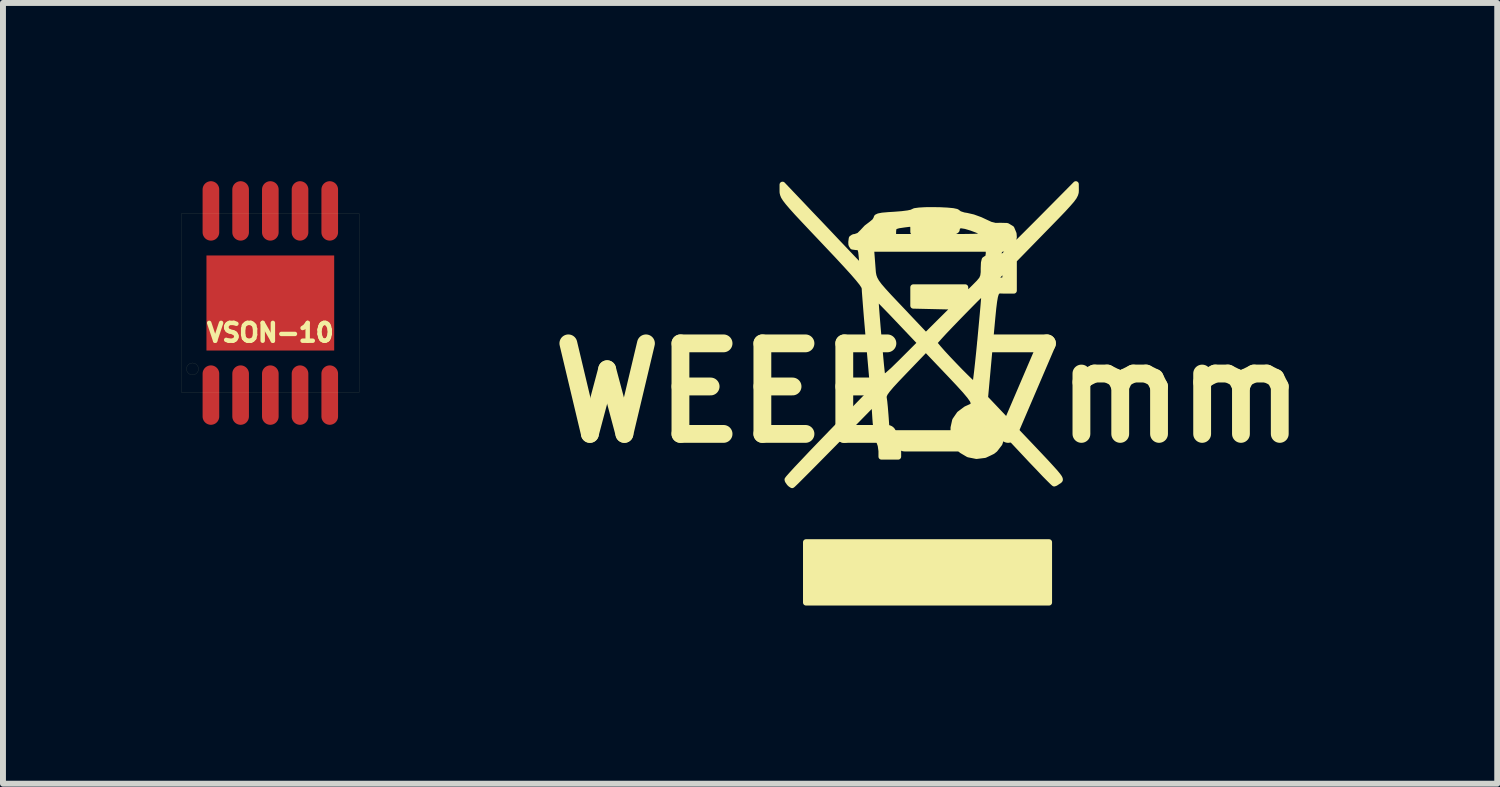
<source format=kicad_pcb>
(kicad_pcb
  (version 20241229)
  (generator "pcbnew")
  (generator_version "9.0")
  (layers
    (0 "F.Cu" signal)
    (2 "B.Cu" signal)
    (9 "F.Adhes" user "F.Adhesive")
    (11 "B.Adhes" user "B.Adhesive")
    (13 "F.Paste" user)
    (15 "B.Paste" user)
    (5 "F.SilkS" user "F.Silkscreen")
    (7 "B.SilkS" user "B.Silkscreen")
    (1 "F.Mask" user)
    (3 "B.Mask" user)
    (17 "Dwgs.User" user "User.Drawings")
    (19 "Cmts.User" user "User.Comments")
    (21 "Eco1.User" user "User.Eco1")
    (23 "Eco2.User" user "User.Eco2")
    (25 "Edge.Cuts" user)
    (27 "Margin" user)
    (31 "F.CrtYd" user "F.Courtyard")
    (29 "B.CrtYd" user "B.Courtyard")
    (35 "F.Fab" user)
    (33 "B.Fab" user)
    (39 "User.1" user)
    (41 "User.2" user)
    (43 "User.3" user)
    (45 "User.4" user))
  (footprint "VSON-10"
    (layer "F.Cu")
    (at 1.5 2.05)
    (property "Reference" "VSON-10" (at 0 0.5 0) (layer "F.SilkS") (effects (font (size 0.3 0.3) (thickness 0.075))))
    (attr through_hole)
    (fp_line (start -1.5 -1.5) (end 1.5 -1.5) (stroke (width 0.001) (type solid)) (layer "F.SilkS"))
    (fp_line (start -1.5 1.5) (end -1.5 -1.5) (stroke (width 0.001) (type solid)) (layer "F.SilkS"))
    (fp_line (start 1.5 -1.5) (end 1.5 1.5) (stroke (width 0.001) (type solid)) (layer "F.SilkS"))
    (fp_line (start 1.5 1.5) (end -1.5 1.5) (stroke (width 0.001) (type solid)) (layer "F.SilkS"))
    (fp_circle (center -1.31 1.11) (end -1.21 1.12) (stroke (width 0.001) (type solid)) (fill no) (layer "F.SilkS"))
    (pad "1" smd oval (at -1 1.55) (size 0.28 1) (layers "F.Cu" "F.Mask" "F.Paste"))
    (pad "2" smd oval (at -0.5 1.55) (size 0.28 1) (layers "F.Cu" "F.Mask" "F.Paste"))
    (pad "3" smd oval (at 0 1.55) (size 0.28 1) (layers "F.Cu" "F.Mask" "F.Paste"))
    (pad "4" smd oval (at 0.5 1.55) (size 0.28 1) (layers "F.Cu" "F.Mask" "F.Paste"))
    (pad "5" smd oval (at 1 1.55) (size 0.28 1) (layers "F.Cu" "F.Mask" "F.Paste"))
    (pad "6" smd oval (at 1 -1.55) (size 0.28 1) (layers "F.Cu" "F.Mask" "F.Paste"))
    (pad "7" smd oval (at 0.5 -1.55) (size 0.28 1) (layers "F.Cu" "F.Mask" "F.Paste"))
    (pad "8" smd oval (at 0 -1.55) (size 0.28 1) (layers "F.Cu" "F.Mask" "F.Paste"))
    (pad "9" smd oval (at -0.5 -1.55) (size 0.28 1) (layers "F.Cu" "F.Mask" "F.Paste"))
    (pad "10" smd oval (at -1 -1.55) (size 0.28 1) (layers "F.Cu" "F.Mask" "F.Paste"))
    (pad "EP" smd rect (at 0 0) (size 2.15 1.6) (layers "F.Cu" "F.Mask" "F.Paste")))
  (footprint "WEEE_7mm"
    (layer "F.Cu")
    (at 12.576 3.564)
    (property "Reference" "WEEE_7mm" (at 0 0 0) (layer "F.SilkS") (effects (font (size 1.524 1.524) (thickness 0.3))))
    (attr through_hole)
    (fp_poly (pts (xy 2.032 3.528) (xy -0.014 3.528) (xy -2.06 3.528) (xy -2.06 3.02) (xy -2.06 2.512) (xy -0.014 2.512) (xy 2.032 2.512) (xy 2.032 3.02) (xy 2.032 3.528)) (stroke (width 0.1) (type solid)) (fill yes) (layer "F.SilkS"))
    (fp_poly (pts (xy 0.978 0.613) (xy 0.977 0.691) (xy 0.936 0.755) (xy 0.86 0.788) (xy 0.833 0.79) (xy 0.76 0.772) (xy 0.722 0.746) (xy 0.682 0.672) (xy 0.688 0.59) (xy 0.739 0.524) (xy 0.74 0.524) (xy 0.816 0.485) (xy 0.878 0.494) (xy 0.931 0.536) (xy 0.978 0.613)) (stroke (width 0.1) (type solid)) (fill yes) (layer "F.SilkS"))
    (fp_poly (pts (xy 2.483 -3.41) (xy 2.481 -3.376) (xy 2.471 -3.342) (xy 2.45 -3.301) (xy 2.412 -3.249) (xy 2.353 -3.181) (xy 2.269 -3.089) (xy 2.155 -2.97) (xy 2.007 -2.818) (xy 1.961 -2.771) (xy 1.439 -2.236) (xy 1.439 -1.979) (xy 1.439 -1.722) (xy 1.298 -1.722) (xy 1.298 -1.995) (xy 1.298 -2.099) (xy 1.214 -2.018) (xy 1.161 -1.962) (xy 1.131 -1.921) (xy 1.129 -1.914) (xy 1.153 -1.898) (xy 1.213 -1.891) (xy 1.214 -1.891) (xy 1.269 -1.896) (xy 1.293 -1.922) (xy 1.298 -1.987) (xy 1.298 -1.995) (xy 1.298 -1.722) (xy 1.285 -1.722) (xy 1.241 -1.723) (xy 1.206 -1.725) (xy 1.177 -1.72) (xy 1.155 -1.705) (xy 1.136 -1.674) (xy 1.121 -1.621) (xy 1.107 -1.54) (xy 1.093 -1.428) (xy 1.078 -1.277) (xy 1.06 -1.083) (xy 1.038 -0.841) (xy 1.028 -0.726) (xy 1.016 -0.594) (xy 1.016 -2.342) (xy 1.016 -2.427) (xy 0.965 -2.427) (xy 0.965 -2.654) (xy 0.96 -2.666) (xy 0.911 -2.702) (xy 0.825 -2.743) (xy 0.724 -2.781) (xy 0.626 -2.81) (xy 0.551 -2.822) (xy 0.549 -2.822) (xy 0.494 -2.809) (xy 0.48 -2.766) (xy 0.477 -2.743) (xy 0.461 -2.727) (xy 0.425 -2.717) (xy 0.358 -2.712) (xy 0.252 -2.71) (xy 0.24 -2.71) (xy 0.24 -2.893) (xy 0.234 -2.897) (xy 0.219 -2.899) (xy 0.113 -2.904) (xy 0.007 -2.899) (xy -0.018 -2.894) (xy 0.008 -2.89) (xy 0.078 -2.888) (xy 0.113 -2.888) (xy 0.198 -2.889) (xy 0.24 -2.893) (xy 0.24 -2.71) (xy 0.113 -2.709) (xy -0.254 -2.709) (xy -0.254 -2.783) (xy -0.257 -2.825) (xy -0.275 -2.844) (xy -0.321 -2.846) (xy -0.402 -2.836) (xy -0.503 -2.821) (xy -0.56 -2.804) (xy -0.585 -2.778) (xy -0.592 -2.734) (xy -0.593 -2.708) (xy -0.593 -2.625) (xy 0.201 -2.625) (xy 0.435 -2.625) (xy 0.618 -2.626) (xy 0.755 -2.628) (xy 0.853 -2.632) (xy 0.917 -2.637) (xy 0.952 -2.644) (xy 0.965 -2.654) (xy 0.965 -2.427) (xy 0.026 -2.427) (xy -0.875 -2.427) (xy -0.875 -2.653) (xy -0.885 -2.68) (xy -0.887 -2.681) (xy -0.911 -2.661) (xy -0.917 -2.653) (xy -0.915 -2.627) (xy -0.905 -2.625) (xy -0.876 -2.645) (xy -0.875 -2.653) (xy -0.875 -2.427) (xy -0.964 -2.427) (xy -0.944 -2.166) (xy -0.938 -2.087) (xy -0.933 -2.024) (xy -0.923 -1.97) (xy -0.905 -1.92) (xy -0.875 -1.866) (xy -0.828 -1.802) (xy -0.76 -1.723) (xy -0.667 -1.621) (xy -0.545 -1.492) (xy -0.389 -1.328) (xy -0.367 -1.304) (xy -0.042 -0.961) (xy 0.205 -1.207) (xy 0.453 -1.453) (xy 0.099 -1.461) (xy -0.254 -1.469) (xy -0.254 -1.624) (xy -0.254 -1.778) (xy 0.183 -1.778) (xy 0.621 -1.778) (xy 0.621 -1.701) (xy 0.623 -1.665) (xy 0.635 -1.654) (xy 0.664 -1.672) (xy 0.72 -1.723) (xy 0.776 -1.778) (xy 0.854 -1.857) (xy 0.901 -1.914) (xy 0.923 -1.967) (xy 0.931 -2.031) (xy 0.931 -2.095) (xy 0.935 -2.191) (xy 0.947 -2.242) (xy 0.971 -2.258) (xy 0.974 -2.258) (xy 1.007 -2.283) (xy 1.016 -2.342) (xy 1.016 -0.594) (xy 0.954 0.086) (xy 1.345 0.498) (xy 1.555 0.72) (xy 1.73 0.904) (xy 1.872 1.054) (xy 1.985 1.174) (xy 2.071 1.268) (xy 2.134 1.338) (xy 2.176 1.389) (xy 2.202 1.425) (xy 2.213 1.448) (xy 2.214 1.462) (xy 2.206 1.472) (xy 2.194 1.481) (xy 2.187 1.485) (xy 2.14 1.516) (xy 2.118 1.524) (xy 2.095 1.504) (xy 2.039 1.449) (xy 1.956 1.365) (xy 1.853 1.256) (xy 1.733 1.131) (xy 1.679 1.073) (xy 1.256 0.622) (xy 1.24 0.713) (xy 1.198 0.849) (xy 1.12 0.95) (xy 1.08 0.982) (xy 1.018 1.012) (xy 1.018 0.633) (xy 0.996 0.557) (xy 0.945 0.497) (xy 0.945 -1.715) (xy 0.945 -1.716) (xy 0.923 -1.701) (xy 0.87 -1.651) (xy 0.792 -1.575) (xy 0.696 -1.478) (xy 0.589 -1.369) (xy 0.478 -1.255) (xy 0.369 -1.142) (xy 0.27 -1.038) (xy 0.188 -0.949) (xy 0.129 -0.883) (xy 0.1 -0.848) (xy 0.099 -0.844) (xy 0.117 -0.814) (xy 0.167 -0.754) (xy 0.24 -0.671) (xy 0.33 -0.574) (xy 0.429 -0.47) (xy 0.528 -0.367) (xy 0.621 -0.274) (xy 0.7 -0.197) (xy 0.758 -0.146) (xy 0.785 -0.127) (xy 0.787 -0.128) (xy 0.794 -0.159) (xy 0.805 -0.24) (xy 0.82 -0.362) (xy 0.837 -0.518) (xy 0.856 -0.701) (xy 0.876 -0.903) (xy 0.878 -0.926) (xy 0.897 -1.13) (xy 0.914 -1.314) (xy 0.928 -1.472) (xy 0.938 -1.596) (xy 0.944 -1.68) (xy 0.945 -1.715) (xy 0.945 0.497) (xy 0.944 0.496) (xy 0.871 0.461) (xy 0.786 0.461) (xy 0.764 0.471) (xy 0.764 0.169) (xy 0.745 0.12) (xy 0.697 0.052) (xy 0.619 -0.041) (xy 0.506 -0.165) (xy 0.375 -0.304) (xy -0.042 -0.742) (xy -0.132 -0.648) (xy -0.132 -0.842) (xy -0.509 -1.239) (xy -0.625 -1.361) (xy -0.728 -1.467) (xy -0.81 -1.551) (xy -0.866 -1.607) (xy -0.891 -1.629) (xy -0.891 -1.629) (xy -0.891 -1.6) (xy -0.886 -1.524) (xy -0.878 -1.41) (xy -0.867 -1.269) (xy -0.854 -1.108) (xy -0.839 -0.939) (xy -0.824 -0.77) (xy -0.81 -0.61) (xy -0.797 -0.469) (xy -0.785 -0.357) (xy -0.777 -0.282) (xy -0.773 -0.255) (xy -0.748 -0.257) (xy -0.687 -0.301) (xy -0.59 -0.387) (xy -0.457 -0.517) (xy -0.446 -0.528) (xy -0.132 -0.842) (xy -0.132 -0.648) (xy -0.403 -0.366) (xy -0.533 -0.23) (xy -0.627 -0.128) (xy -0.691 -0.052) (xy -0.73 0.002) (xy -0.749 0.043) (xy -0.752 0.075) (xy -0.751 0.082) (xy -0.742 0.143) (xy -0.732 0.242) (xy -0.722 0.363) (xy -0.718 0.416) (xy -0.7 0.677) (xy -0.138 0.677) (xy 0.423 0.677) (xy 0.423 0.585) (xy 0.45 0.463) (xy 0.524 0.355) (xy 0.635 0.272) (xy 0.682 0.251) (xy 0.73 0.229) (xy 0.758 0.203) (xy 0.764 0.169) (xy 0.764 0.471) (xy 0.712 0.495) (xy 0.659 0.563) (xy 0.648 0.649) (xy 0.677 0.735) (xy 0.723 0.788) (xy 0.784 0.829) (xy 0.831 0.847) (xy 0.833 0.847) (xy 0.877 0.83) (xy 0.938 0.791) (xy 0.942 0.788) (xy 1.003 0.714) (xy 1.018 0.633) (xy 1.018 1.012) (xy 0.95 1.044) (xy 0.81 1.061) (xy 0.675 1.034) (xy 0.56 0.966) (xy 0.526 0.931) (xy 0.455 0.847) (xy -0.026 0.847) (xy -0.508 0.847) (xy -0.508 0.96) (xy -0.508 1.072) (xy -0.649 1.072) (xy -0.79 1.072) (xy -0.79 0.976) (xy -0.803 0.882) (xy -0.832 0.8) (xy -0.852 0.735) (xy -0.871 0.63) (xy -0.887 0.502) (xy -0.892 0.437) (xy -0.91 0.155) (xy -1.596 0.854) (xy -1.757 1.017) (xy -1.905 1.167) (xy -2.035 1.298) (xy -2.144 1.407) (xy -2.226 1.489) (xy -2.277 1.538) (xy -2.293 1.552) (xy -2.319 1.535) (xy -2.337 1.518) (xy -2.367 1.475) (xy -2.371 1.458) (xy -2.352 1.433) (xy -2.298 1.372) (xy -2.213 1.279) (xy -2.101 1.161) (xy -1.968 1.02) (xy -1.817 0.863) (xy -1.653 0.694) (xy -1.65 0.69) (xy -0.929 -0.052) (xy -1.001 -0.874) (xy -1.019 -1.087) (xy -1.036 -1.284) (xy -1.05 -1.458) (xy -1.061 -1.6) (xy -1.069 -1.704) (xy -1.072 -1.76) (xy -1.072 -1.766) (xy -1.083 -1.797) (xy -1.117 -1.849) (xy -1.177 -1.924) (xy -1.266 -2.027) (xy -1.386 -2.159) (xy -1.54 -2.325) (xy -1.731 -2.527) (xy -1.763 -2.561) (xy -1.946 -2.754) (xy -2.093 -2.91) (xy -2.209 -3.034) (xy -2.297 -3.132) (xy -2.361 -3.207) (xy -2.405 -3.264) (xy -2.433 -3.308) (xy -2.447 -3.343) (xy -2.454 -3.373) (xy -2.455 -3.397) (xy -2.455 -3.506) (xy -2.136 -3.171) (xy -2.001 -3.028) (xy -1.842 -2.862) (xy -1.678 -2.689) (xy -1.524 -2.526) (xy -1.466 -2.465) (xy -1.354 -2.347) (xy -1.256 -2.244) (xy -1.179 -2.165) (xy -1.128 -2.114) (xy -1.11 -2.098) (xy -1.11 -2.126) (xy -1.114 -2.195) (xy -1.121 -2.279) (xy -1.131 -2.375) (xy -1.144 -2.428) (xy -1.166 -2.45) (xy -1.206 -2.455) (xy -1.217 -2.455) (xy -1.275 -2.463) (xy -1.296 -2.497) (xy -1.298 -2.54) (xy -1.29 -2.601) (xy -1.258 -2.623) (xy -1.233 -2.625) (xy -1.166 -2.649) (xy -1.107 -2.707) (xy -1.038 -2.781) (xy -0.96 -2.84) (xy -0.903 -2.887) (xy -0.875 -2.932) (xy -0.875 -2.937) (xy -0.867 -2.958) (xy -0.836 -2.973) (xy -0.774 -2.985) (xy -0.67 -2.994) (xy -0.572 -3) (xy -0.445 -3.01) (xy -0.343 -3.023) (xy -0.277 -3.037) (xy -0.259 -3.047) (xy -0.228 -3.061) (xy -0.153 -3.071) (xy -0.048 -3.077) (xy 0.074 -3.078) (xy 0.2 -3.076) (xy 0.318 -3.07) (xy 0.413 -3.061) (xy 0.474 -3.048) (xy 0.488 -3.038) (xy 0.523 -3.012) (xy 0.595 -2.989) (xy 0.645 -2.981) (xy 0.753 -2.956) (xy 0.874 -2.912) (xy 0.942 -2.88) (xy 1.046 -2.832) (xy 1.128 -2.812) (xy 1.211 -2.814) (xy 1.212 -2.814) (xy 1.324 -2.811) (xy 1.399 -2.766) (xy 1.435 -2.679) (xy 1.439 -2.622) (xy 1.416 -2.52) (xy 1.352 -2.452) (xy 1.254 -2.427) (xy 1.25 -2.427) (xy 1.203 -2.417) (xy 1.187 -2.374) (xy 1.185 -2.342) (xy 1.193 -2.283) (xy 1.211 -2.258) (xy 1.211 -2.258) (xy 1.237 -2.277) (xy 1.297 -2.332) (xy 1.387 -2.417) (xy 1.501 -2.528) (xy 1.635 -2.661) (xy 1.783 -2.809) (xy 1.86 -2.886) (xy 2.482 -3.514) (xy 2.483 -3.41)) (stroke (width 0.1) (type solid)) (fill yes) (layer "F.SilkS")))
  (gr_rect
    (start -3 -3)
    (end 22.151 10.141)
    (stroke (width 0.1) (type default))
    (fill no)
    (layer "Edge.Cuts")))
</source>
